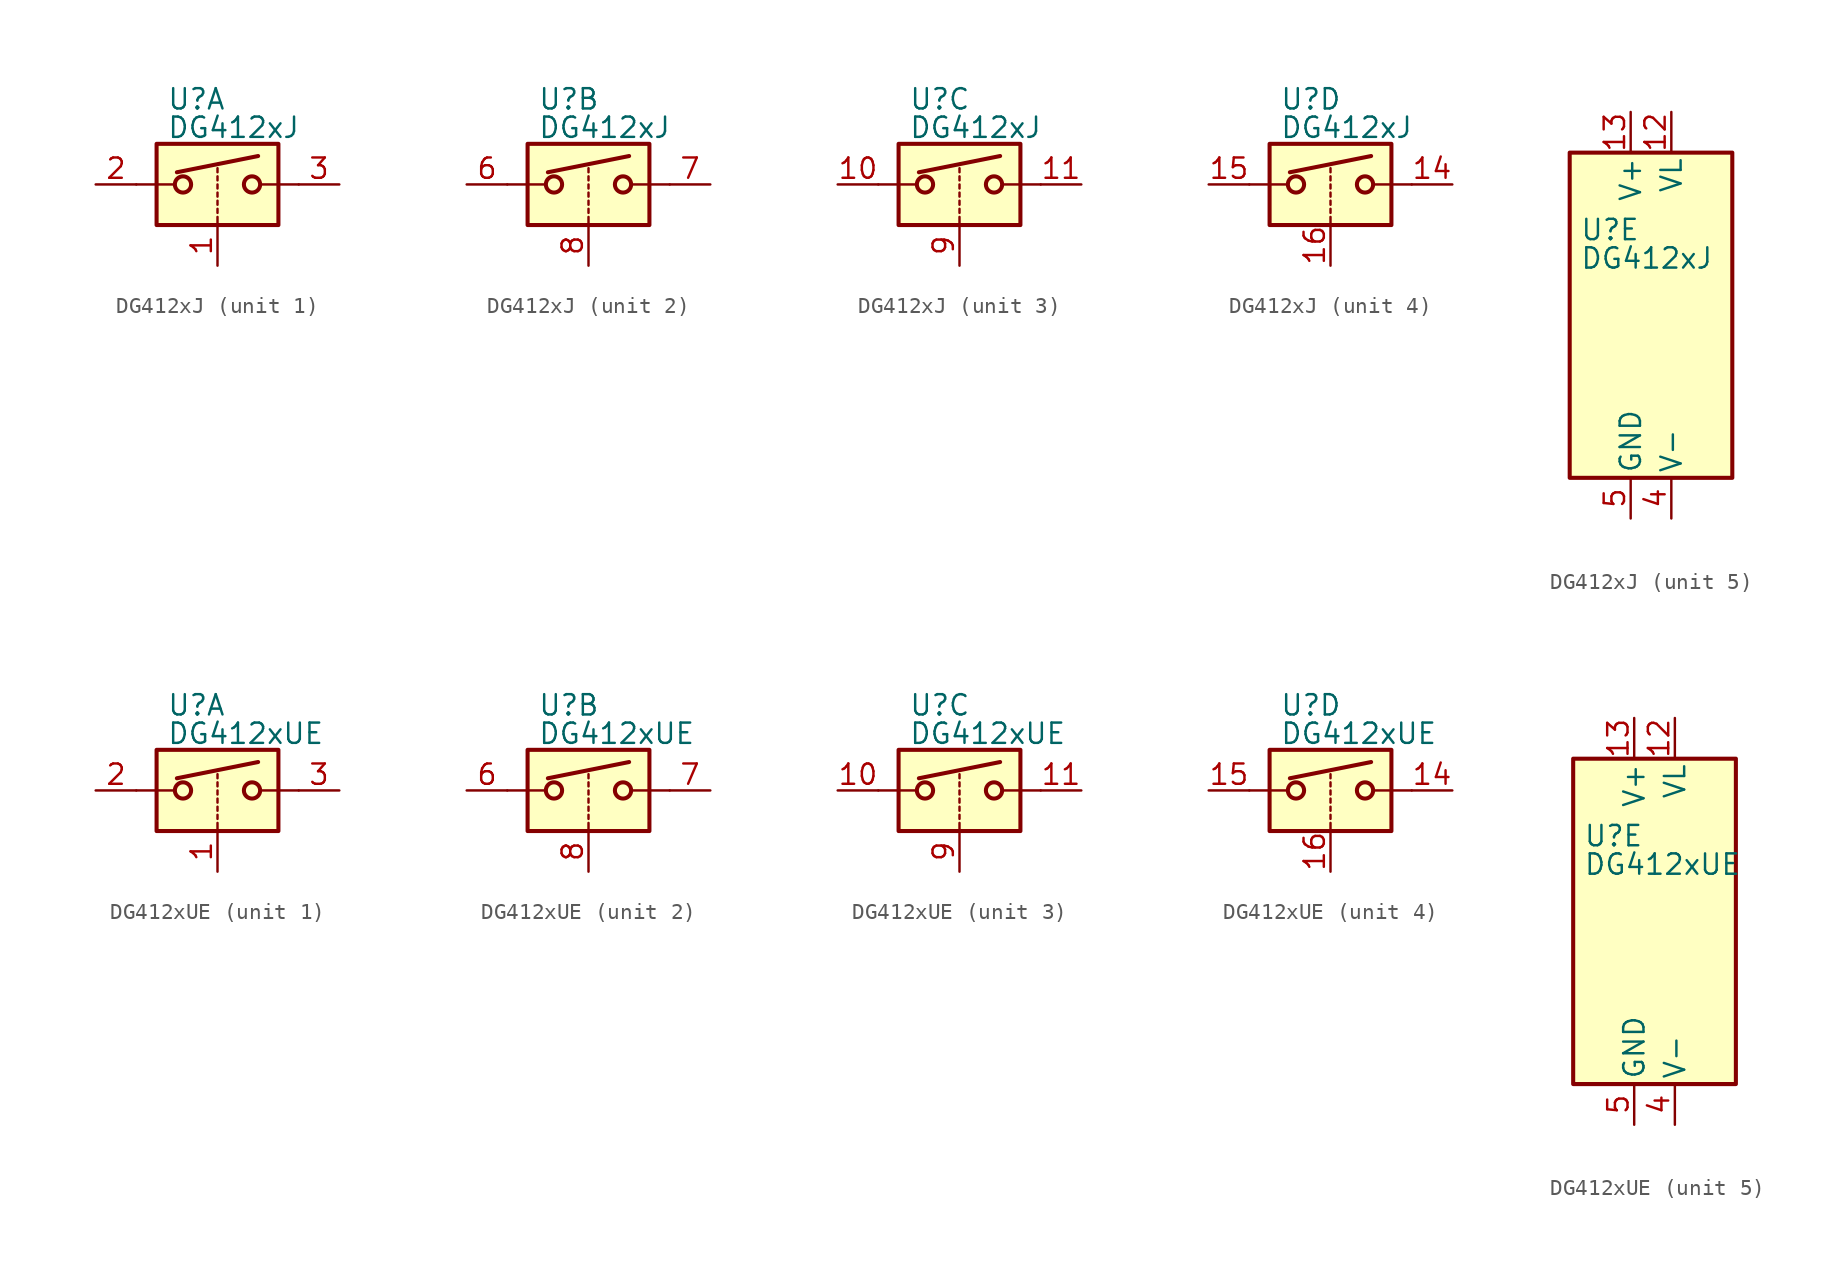
<source format=kicad_sym>
(kicad_symbol_lib
  (version 20201005)
  (generator kicad_symbol_editor)
  (symbol "DG412xJ"
    (pin_names
      (offset 0.254))
    (property "Reference" "U"
      (at -3.175 5.334 0)
      (effects (font (size 1.27 1.27)) (justify left)))
    (property "Value" "DG412xJ"
      (at -3.175 3.556 0)
      (effects (font (size 1.27 1.27)) (justify left)))
    (symbol "DG412xJ_1_1"
      (circle (center -2.159 0) (radius 0.508) (stroke (width 0.254)) (fill (type none)))
      (circle (center 2.159 0) (radius 0.508) (stroke (width 0.254)) (fill (type none)))
      (rectangle (start -3.81 2.54) (end 3.81 -2.54) (stroke (width 0.254)) (fill (type background)))
      (polyline (pts (xy -5.08 0) (xy -2.794 0)) (stroke (width 0)) (fill (type none)))
      (polyline (pts (xy -2.54 0.762) (xy 2.54 1.778)) (stroke (width 0.254)) (fill (type none)))
      (polyline (pts (xy 0 -2.54) (xy 0 -2.032)) (stroke (width 0)) (fill (type none)))
      (polyline (pts (xy 0 -1.778) (xy 0 -1.524)) (stroke (width 0)) (fill (type none)))
      (polyline (pts (xy 0 -1.27) (xy 0 -1.016)) (stroke (width 0)) (fill (type none)))
      (polyline (pts (xy 0 -0.762) (xy 0 -0.508)) (stroke (width 0)) (fill (type none)))
      (polyline (pts (xy 0 -0.254) (xy 0 0)) (stroke (width 0)) (fill (type none)))
      (polyline (pts (xy 0 0.254) (xy 0 0.508)) (stroke (width 0)) (fill (type none)))
      (polyline (pts (xy 0 0.762) (xy 0 1.016)) (stroke (width 0)) (fill (type none)))
      (polyline (pts (xy 5.08 0) (xy 2.794 0)) (stroke (width 0)) (fill (type none)))
      (pin input line (at 0 -5.08 90) (length 2.54) (name "~" (effects (font (size 1.27 1.27)))) (number "1" (effects (font (size 1.27 1.27)))))
      (pin passive line (at -7.62 0 0) (length 2.54) (name "~" (effects (font (size 1.27 1.27)))) (number "2" (effects (font (size 1.27 1.27)))))
      (pin passive line (at 7.62 0 180) (length 2.54) (name "~" (effects (font (size 1.27 1.27)))) (number "3" (effects (font (size 1.27 1.27))))))
    (symbol "DG412xJ_2_1"
      (circle (center -2.159 0) (radius 0.508) (stroke (width 0.254)) (fill (type none)))
      (circle (center 2.159 0) (radius 0.508) (stroke (width 0.254)) (fill (type none)))
      (rectangle (start -3.81 2.54) (end 3.81 -2.54) (stroke (width 0.254)) (fill (type background)))
      (polyline (pts (xy -5.08 0) (xy -2.794 0)) (stroke (width 0)) (fill (type none)))
      (polyline (pts (xy -2.54 0.762) (xy 2.54 1.778)) (stroke (width 0.254)) (fill (type none)))
      (polyline (pts (xy 0 -2.54) (xy 0 -2.032)) (stroke (width 0)) (fill (type none)))
      (polyline (pts (xy 0 -1.778) (xy 0 -1.524)) (stroke (width 0)) (fill (type none)))
      (polyline (pts (xy 0 -1.27) (xy 0 -1.016)) (stroke (width 0)) (fill (type none)))
      (polyline (pts (xy 0 -0.762) (xy 0 -0.508)) (stroke (width 0)) (fill (type none)))
      (polyline (pts (xy 0 -0.254) (xy 0 0)) (stroke (width 0)) (fill (type none)))
      (polyline (pts (xy 0 0.254) (xy 0 0.508)) (stroke (width 0)) (fill (type none)))
      (polyline (pts (xy 0 0.762) (xy 0 1.016)) (stroke (width 0)) (fill (type none)))
      (polyline (pts (xy 5.08 0) (xy 2.794 0)) (stroke (width 0)) (fill (type none)))
      (pin passive line (at -7.62 0 0) (length 2.54) (name "~" (effects (font (size 1.27 1.27)))) (number "6" (effects (font (size 1.27 1.27)))))
      (pin passive line (at 7.62 0 180) (length 2.54) (name "~" (effects (font (size 1.27 1.27)))) (number "7" (effects (font (size 1.27 1.27)))))
      (pin input line (at 0 -5.08 90) (length 2.54) (name "~" (effects (font (size 1.27 1.27)))) (number "8" (effects (font (size 1.27 1.27))))))
    (symbol "DG412xJ_3_1"
      (circle (center -2.159 0) (radius 0.508) (stroke (width 0.254)) (fill (type none)))
      (circle (center 2.159 0) (radius 0.508) (stroke (width 0.254)) (fill (type none)))
      (rectangle (start -3.81 2.54) (end 3.81 -2.54) (stroke (width 0.254)) (fill (type background)))
      (polyline (pts (xy -5.08 0) (xy -2.794 0)) (stroke (width 0)) (fill (type none)))
      (polyline (pts (xy -2.54 0.762) (xy 2.54 1.778)) (stroke (width 0.254)) (fill (type none)))
      (polyline (pts (xy 0 -2.54) (xy 0 -2.032)) (stroke (width 0)) (fill (type none)))
      (polyline (pts (xy 0 -1.778) (xy 0 -1.524)) (stroke (width 0)) (fill (type none)))
      (polyline (pts (xy 0 -1.27) (xy 0 -1.016)) (stroke (width 0)) (fill (type none)))
      (polyline (pts (xy 0 -0.762) (xy 0 -0.508)) (stroke (width 0)) (fill (type none)))
      (polyline (pts (xy 0 -0.254) (xy 0 0)) (stroke (width 0)) (fill (type none)))
      (polyline (pts (xy 0 0.254) (xy 0 0.508)) (stroke (width 0)) (fill (type none)))
      (polyline (pts (xy 0 0.762) (xy 0 1.016)) (stroke (width 0)) (fill (type none)))
      (polyline (pts (xy 5.08 0) (xy 2.794 0)) (stroke (width 0)) (fill (type none)))
      (pin passive line (at -7.62 0 0) (length 2.54) (name "~" (effects (font (size 1.27 1.27)))) (number "10" (effects (font (size 1.27 1.27)))))
      (pin passive line (at 7.62 0 180) (length 2.54) (name "~" (effects (font (size 1.27 1.27)))) (number "11" (effects (font (size 1.27 1.27)))))
      (pin input line (at 0 -5.08 90) (length 2.54) (name "~" (effects (font (size 1.27 1.27)))) (number "9" (effects (font (size 1.27 1.27))))))
    (symbol "DG412xJ_4_1"
      (circle (center -2.159 0) (radius 0.508) (stroke (width 0.254)) (fill (type none)))
      (circle (center 2.159 0) (radius 0.508) (stroke (width 0.254)) (fill (type none)))
      (rectangle (start -3.81 2.54) (end 3.81 -2.54) (stroke (width 0.254)) (fill (type background)))
      (polyline (pts (xy -5.08 0) (xy -2.794 0)) (stroke (width 0)) (fill (type none)))
      (polyline (pts (xy -2.54 0.762) (xy 2.54 1.778)) (stroke (width 0.254)) (fill (type none)))
      (polyline (pts (xy 0 -2.54) (xy 0 -2.032)) (stroke (width 0)) (fill (type none)))
      (polyline (pts (xy 0 -1.778) (xy 0 -1.524)) (stroke (width 0)) (fill (type none)))
      (polyline (pts (xy 0 -1.27) (xy 0 -1.016)) (stroke (width 0)) (fill (type none)))
      (polyline (pts (xy 0 -0.762) (xy 0 -0.508)) (stroke (width 0)) (fill (type none)))
      (polyline (pts (xy 0 -0.254) (xy 0 0)) (stroke (width 0)) (fill (type none)))
      (polyline (pts (xy 0 0.254) (xy 0 0.508)) (stroke (width 0)) (fill (type none)))
      (polyline (pts (xy 0 0.762) (xy 0 1.016)) (stroke (width 0)) (fill (type none)))
      (polyline (pts (xy 5.08 0) (xy 2.794 0)) (stroke (width 0)) (fill (type none)))
      (pin passive line (at 7.62 0 180) (length 2.54) (name "~" (effects (font (size 1.27 1.27)))) (number "14" (effects (font (size 1.27 1.27)))))
      (pin passive line (at -7.62 0 0) (length 2.54) (name "~" (effects (font (size 1.27 1.27)))) (number "15" (effects (font (size 1.27 1.27)))))
      (pin input line (at 0 -5.08 90) (length 2.54) (name "~" (effects (font (size 1.27 1.27)))) (number "16" (effects (font (size 1.27 1.27))))))
    (symbol "DG412xJ_5_0"
      (pin power_in line (at 2.54 12.7 270) (length 2.54) (name "VL" (effects (font (size 1.27 1.27)))) (number "12" (effects (font (size 1.27 1.27)))))
      (pin power_in line (at 0 12.7 270) (length 2.54) (name "V+" (effects (font (size 1.27 1.27)))) (number "13" (effects (font (size 1.27 1.27)))))
      (pin power_in line (at 2.54 -12.7 90) (length 2.54) (name "V-" (effects (font (size 1.27 1.27)))) (number "4" (effects (font (size 1.27 1.27)))))
      (pin power_in line (at 0 -12.7 90) (length 2.54) (name "GND" (effects (font (size 1.27 1.27)))) (number "5" (effects (font (size 1.27 1.27))))))
    (symbol "DG412xJ_5_1"
      (rectangle (start -3.81 10.16) (end 6.35 -10.16) (stroke (width 0.254)) (fill (type background)))))
  (symbol "DG412xUE"
    (pin_names
      (offset 0.254))
    (property "Reference" "U"
      (at -3.175 5.334 0)
      (effects (font (size 1.27 1.27)) (justify left)))
    (property "Value" "DG412xUE"
      (at -3.175 3.556 0)
      (effects (font (size 1.27 1.27)) (justify left)))
    (symbol "DG412xUE_1_1"
      (circle (center -2.159 0) (radius 0.508) (stroke (width 0.254)) (fill (type none)))
      (circle (center 2.159 0) (radius 0.508) (stroke (width 0.254)) (fill (type none)))
      (rectangle (start -3.81 2.54) (end 3.81 -2.54) (stroke (width 0.254)) (fill (type background)))
      (polyline (pts (xy -5.08 0) (xy -2.794 0)) (stroke (width 0)) (fill (type none)))
      (polyline (pts (xy -2.54 0.762) (xy 2.54 1.778)) (stroke (width 0.254)) (fill (type none)))
      (polyline (pts (xy 0 -2.54) (xy 0 -2.032)) (stroke (width 0)) (fill (type none)))
      (polyline (pts (xy 0 -1.778) (xy 0 -1.524)) (stroke (width 0)) (fill (type none)))
      (polyline (pts (xy 0 -1.27) (xy 0 -1.016)) (stroke (width 0)) (fill (type none)))
      (polyline (pts (xy 0 -0.762) (xy 0 -0.508)) (stroke (width 0)) (fill (type none)))
      (polyline (pts (xy 0 -0.254) (xy 0 0)) (stroke (width 0)) (fill (type none)))
      (polyline (pts (xy 0 0.254) (xy 0 0.508)) (stroke (width 0)) (fill (type none)))
      (polyline (pts (xy 0 0.762) (xy 0 1.016)) (stroke (width 0)) (fill (type none)))
      (polyline (pts (xy 5.08 0) (xy 2.794 0)) (stroke (width 0)) (fill (type none)))
      (pin input line (at 0 -5.08 90) (length 2.54) (name "~" (effects (font (size 1.27 1.27)))) (number "1" (effects (font (size 1.27 1.27)))))
      (pin passive line (at -7.62 0 0) (length 2.54) (name "~" (effects (font (size 1.27 1.27)))) (number "2" (effects (font (size 1.27 1.27)))))
      (pin passive line (at 7.62 0 180) (length 2.54) (name "~" (effects (font (size 1.27 1.27)))) (number "3" (effects (font (size 1.27 1.27))))))
    (symbol "DG412xUE_2_1"
      (circle (center -2.159 0) (radius 0.508) (stroke (width 0.254)) (fill (type none)))
      (circle (center 2.159 0) (radius 0.508) (stroke (width 0.254)) (fill (type none)))
      (rectangle (start -3.81 2.54) (end 3.81 -2.54) (stroke (width 0.254)) (fill (type background)))
      (polyline (pts (xy -5.08 0) (xy -2.794 0)) (stroke (width 0)) (fill (type none)))
      (polyline (pts (xy -2.54 0.762) (xy 2.54 1.778)) (stroke (width 0.254)) (fill (type none)))
      (polyline (pts (xy 0 -2.54) (xy 0 -2.032)) (stroke (width 0)) (fill (type none)))
      (polyline (pts (xy 0 -1.778) (xy 0 -1.524)) (stroke (width 0)) (fill (type none)))
      (polyline (pts (xy 0 -1.27) (xy 0 -1.016)) (stroke (width 0)) (fill (type none)))
      (polyline (pts (xy 0 -0.762) (xy 0 -0.508)) (stroke (width 0)) (fill (type none)))
      (polyline (pts (xy 0 -0.254) (xy 0 0)) (stroke (width 0)) (fill (type none)))
      (polyline (pts (xy 0 0.254) (xy 0 0.508)) (stroke (width 0)) (fill (type none)))
      (polyline (pts (xy 0 0.762) (xy 0 1.016)) (stroke (width 0)) (fill (type none)))
      (polyline (pts (xy 5.08 0) (xy 2.794 0)) (stroke (width 0)) (fill (type none)))
      (pin passive line (at -7.62 0 0) (length 2.54) (name "~" (effects (font (size 1.27 1.27)))) (number "6" (effects (font (size 1.27 1.27)))))
      (pin passive line (at 7.62 0 180) (length 2.54) (name "~" (effects (font (size 1.27 1.27)))) (number "7" (effects (font (size 1.27 1.27)))))
      (pin input line (at 0 -5.08 90) (length 2.54) (name "~" (effects (font (size 1.27 1.27)))) (number "8" (effects (font (size 1.27 1.27))))))
    (symbol "DG412xUE_3_1"
      (circle (center -2.159 0) (radius 0.508) (stroke (width 0.254)) (fill (type none)))
      (circle (center 2.159 0) (radius 0.508) (stroke (width 0.254)) (fill (type none)))
      (rectangle (start -3.81 2.54) (end 3.81 -2.54) (stroke (width 0.254)) (fill (type background)))
      (polyline (pts (xy -5.08 0) (xy -2.794 0)) (stroke (width 0)) (fill (type none)))
      (polyline (pts (xy -2.54 0.762) (xy 2.54 1.778)) (stroke (width 0.254)) (fill (type none)))
      (polyline (pts (xy 0 -2.54) (xy 0 -2.032)) (stroke (width 0)) (fill (type none)))
      (polyline (pts (xy 0 -1.778) (xy 0 -1.524)) (stroke (width 0)) (fill (type none)))
      (polyline (pts (xy 0 -1.27) (xy 0 -1.016)) (stroke (width 0)) (fill (type none)))
      (polyline (pts (xy 0 -0.762) (xy 0 -0.508)) (stroke (width 0)) (fill (type none)))
      (polyline (pts (xy 0 -0.254) (xy 0 0)) (stroke (width 0)) (fill (type none)))
      (polyline (pts (xy 0 0.254) (xy 0 0.508)) (stroke (width 0)) (fill (type none)))
      (polyline (pts (xy 0 0.762) (xy 0 1.016)) (stroke (width 0)) (fill (type none)))
      (polyline (pts (xy 5.08 0) (xy 2.794 0)) (stroke (width 0)) (fill (type none)))
      (pin passive line (at -7.62 0 0) (length 2.54) (name "~" (effects (font (size 1.27 1.27)))) (number "10" (effects (font (size 1.27 1.27)))))
      (pin passive line (at 7.62 0 180) (length 2.54) (name "~" (effects (font (size 1.27 1.27)))) (number "11" (effects (font (size 1.27 1.27)))))
      (pin input line (at 0 -5.08 90) (length 2.54) (name "~" (effects (font (size 1.27 1.27)))) (number "9" (effects (font (size 1.27 1.27))))))
    (symbol "DG412xUE_4_1"
      (circle (center -2.159 0) (radius 0.508) (stroke (width 0.254)) (fill (type none)))
      (circle (center 2.159 0) (radius 0.508) (stroke (width 0.254)) (fill (type none)))
      (rectangle (start -3.81 2.54) (end 3.81 -2.54) (stroke (width 0.254)) (fill (type background)))
      (polyline (pts (xy -5.08 0) (xy -2.794 0)) (stroke (width 0)) (fill (type none)))
      (polyline (pts (xy -2.54 0.762) (xy 2.54 1.778)) (stroke (width 0.254)) (fill (type none)))
      (polyline (pts (xy 0 -2.54) (xy 0 -2.032)) (stroke (width 0)) (fill (type none)))
      (polyline (pts (xy 0 -1.778) (xy 0 -1.524)) (stroke (width 0)) (fill (type none)))
      (polyline (pts (xy 0 -1.27) (xy 0 -1.016)) (stroke (width 0)) (fill (type none)))
      (polyline (pts (xy 0 -0.762) (xy 0 -0.508)) (stroke (width 0)) (fill (type none)))
      (polyline (pts (xy 0 -0.254) (xy 0 0)) (stroke (width 0)) (fill (type none)))
      (polyline (pts (xy 0 0.254) (xy 0 0.508)) (stroke (width 0)) (fill (type none)))
      (polyline (pts (xy 0 0.762) (xy 0 1.016)) (stroke (width 0)) (fill (type none)))
      (polyline (pts (xy 5.08 0) (xy 2.794 0)) (stroke (width 0)) (fill (type none)))
      (pin passive line (at 7.62 0 180) (length 2.54) (name "~" (effects (font (size 1.27 1.27)))) (number "14" (effects (font (size 1.27 1.27)))))
      (pin passive line (at -7.62 0 0) (length 2.54) (name "~" (effects (font (size 1.27 1.27)))) (number "15" (effects (font (size 1.27 1.27)))))
      (pin input line (at 0 -5.08 90) (length 2.54) (name "~" (effects (font (size 1.27 1.27)))) (number "16" (effects (font (size 1.27 1.27))))))
    (symbol "DG412xUE_5_0"
      (pin power_in line (at 2.54 12.7 270) (length 2.54) (name "VL" (effects (font (size 1.27 1.27)))) (number "12" (effects (font (size 1.27 1.27)))))
      (pin power_in line (at 0 12.7 270) (length 2.54) (name "V+" (effects (font (size 1.27 1.27)))) (number "13" (effects (font (size 1.27 1.27)))))
      (pin power_in line (at 2.54 -12.7 90) (length 2.54) (name "V-" (effects (font (size 1.27 1.27)))) (number "4" (effects (font (size 1.27 1.27)))))
      (pin power_in line (at 0 -12.7 90) (length 2.54) (name "GND" (effects (font (size 1.27 1.27)))) (number "5" (effects (font (size 1.27 1.27))))))
    (symbol "DG412xUE_5_1"
      (rectangle (start -3.81 10.16) (end 6.35 -10.16) (stroke (width 0.254)) (fill (type background))))))
</source>
